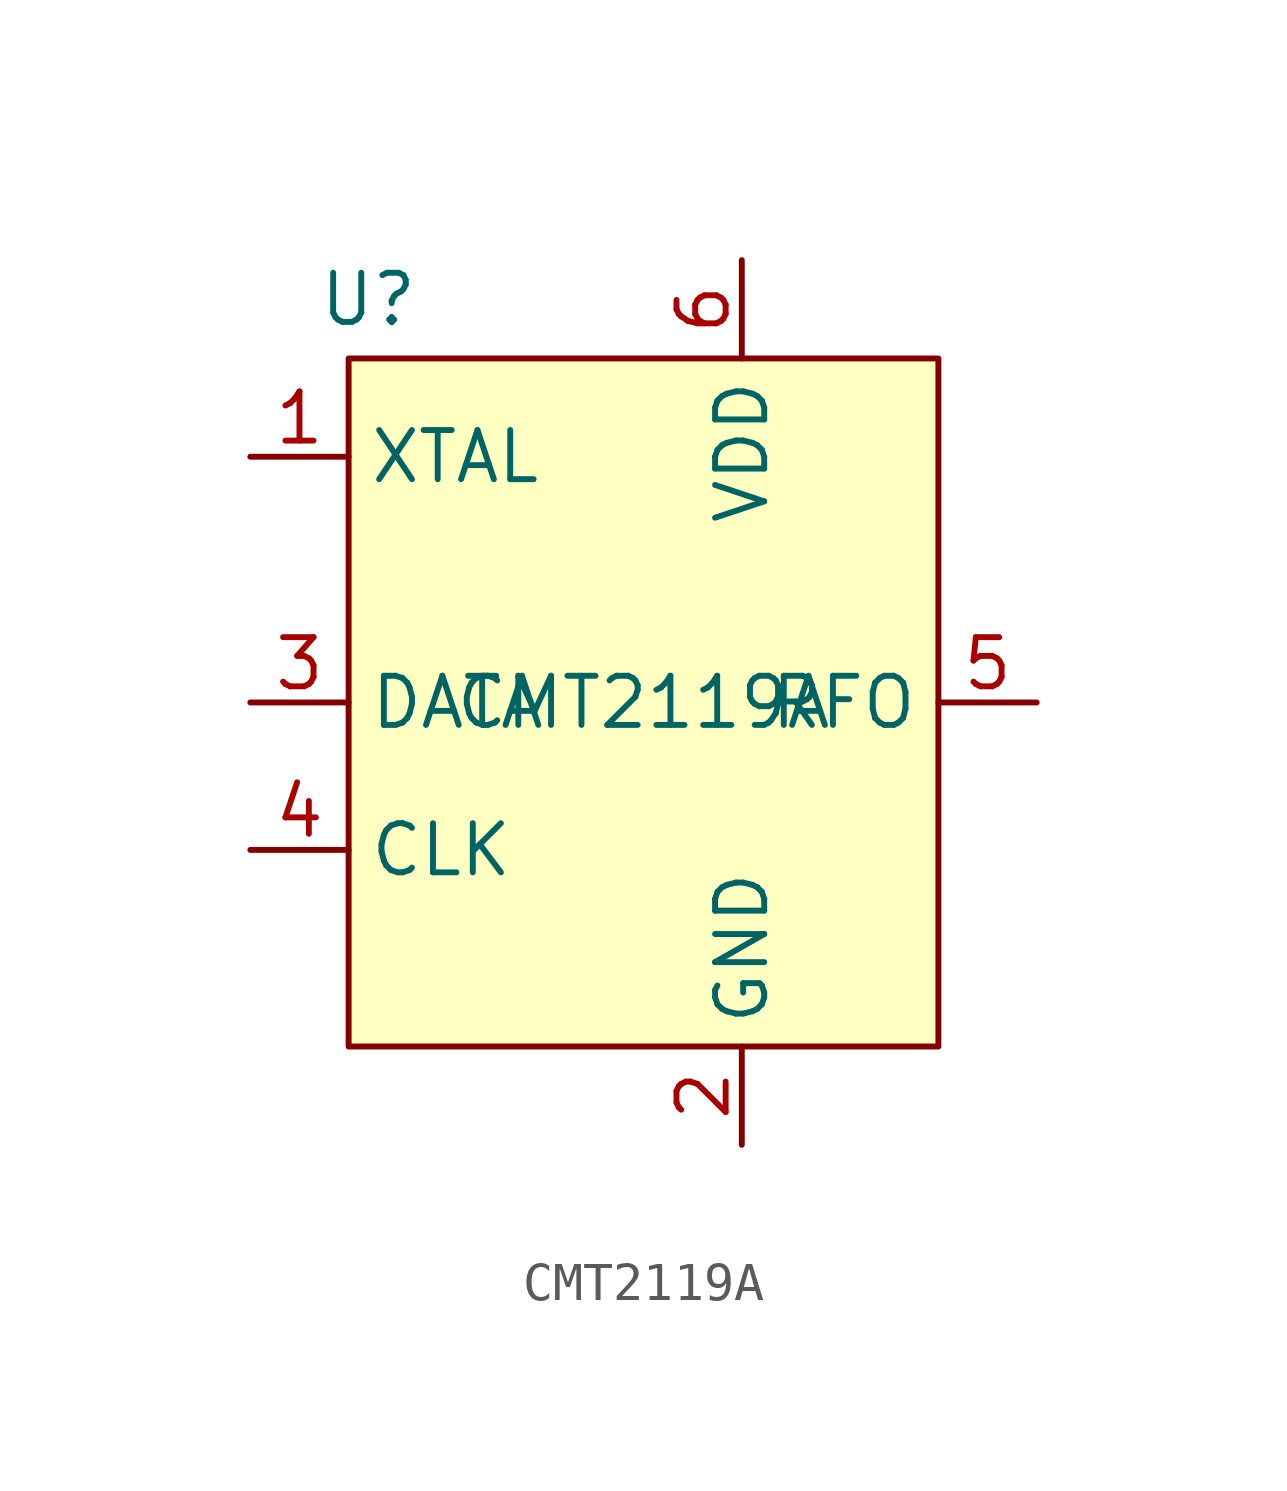
<source format=kicad_sym>
(kicad_symbol_lib
  (version 20241209)
  (generator "kicad_symbol_editor")
  (generator_version "9.0")
  (symbol "CMT2119A"
    (property "Reference" "U"
      (at -7.112 10.414 0)
      (effects (font (size 1.27 1.27))))
    (property "Value" "CMT2119A"
      (at 0 0 0)
      (effects (font (size 1.27 1.27))))
    (symbol "CMT2119A_1_1"
      (rectangle (start -7.62 8.89) (end 7.62 -8.89) (stroke (width 0) (type solid)) (fill (type background)))
      (pin input line (at -10.16 6.35 0) (length 2.54) (name "XTAL" (effects (font (size 1.27 1.27)))) (number "1" (effects (font (size 1.27 1.27)))))
      (pin bidirectional line (at -10.16 0 0) (length 2.54) (name "DATA" (effects (font (size 1.27 1.27)))) (number "3" (effects (font (size 1.27 1.27)))))
      (pin input line (at -10.16 -3.81 0) (length 2.54) (name "CLK" (effects (font (size 1.27 1.27)))) (number "4" (effects (font (size 1.27 1.27)))))
      (pin power_in line (at 2.54 11.43 270) (length 2.54) (name "VDD" (effects (font (size 1.27 1.27)))) (number "6" (effects (font (size 1.27 1.27)))))
      (pin power_in line (at 2.54 -11.43 90) (length 2.54) (name "GND" (effects (font (size 1.27 1.27)))) (number "2" (effects (font (size 1.27 1.27)))))
      (pin output line (at 10.16 0 180) (length 2.54) (name "RFO" (effects (font (size 1.27 1.27)))) (number "5" (effects (font (size 1.27 1.27))))))))
</source>
